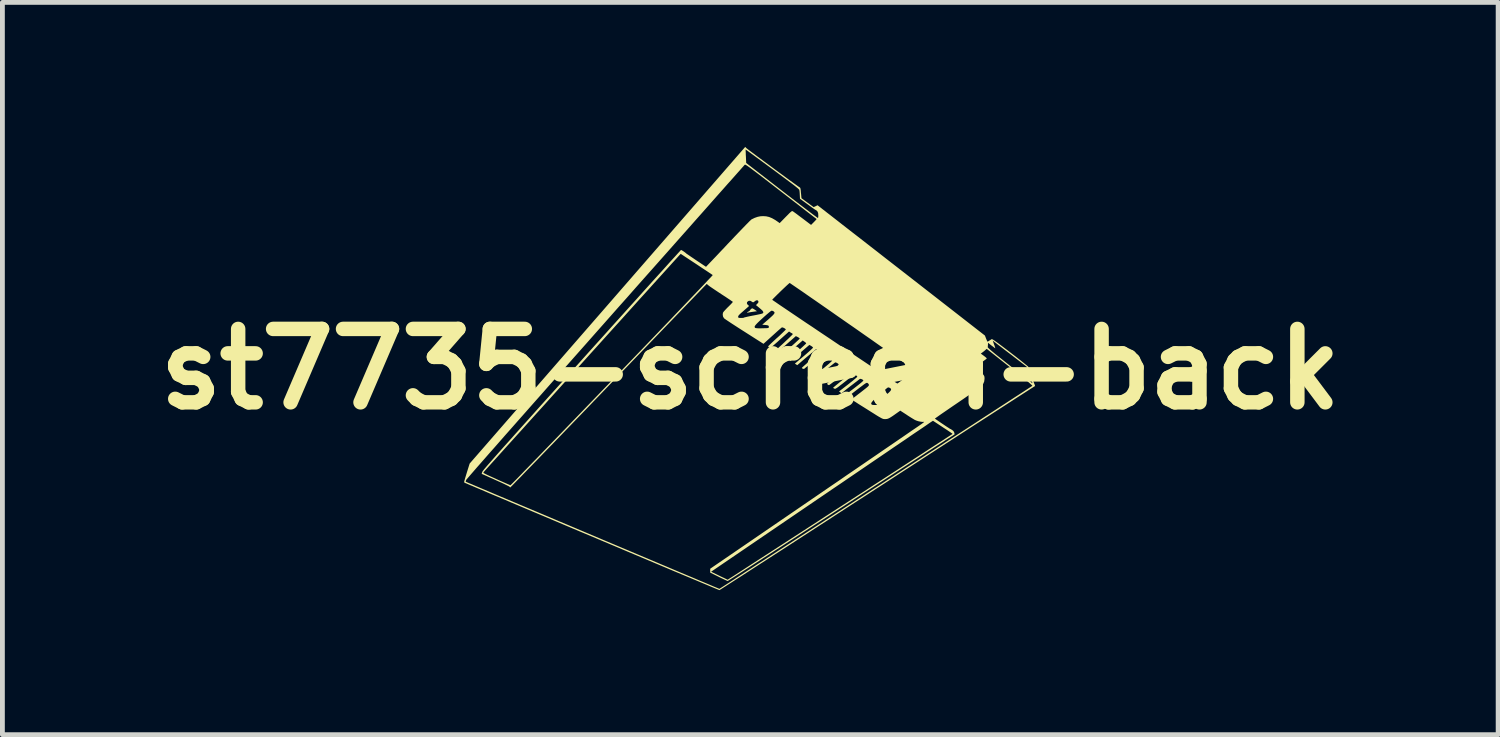
<source format=kicad_pcb>
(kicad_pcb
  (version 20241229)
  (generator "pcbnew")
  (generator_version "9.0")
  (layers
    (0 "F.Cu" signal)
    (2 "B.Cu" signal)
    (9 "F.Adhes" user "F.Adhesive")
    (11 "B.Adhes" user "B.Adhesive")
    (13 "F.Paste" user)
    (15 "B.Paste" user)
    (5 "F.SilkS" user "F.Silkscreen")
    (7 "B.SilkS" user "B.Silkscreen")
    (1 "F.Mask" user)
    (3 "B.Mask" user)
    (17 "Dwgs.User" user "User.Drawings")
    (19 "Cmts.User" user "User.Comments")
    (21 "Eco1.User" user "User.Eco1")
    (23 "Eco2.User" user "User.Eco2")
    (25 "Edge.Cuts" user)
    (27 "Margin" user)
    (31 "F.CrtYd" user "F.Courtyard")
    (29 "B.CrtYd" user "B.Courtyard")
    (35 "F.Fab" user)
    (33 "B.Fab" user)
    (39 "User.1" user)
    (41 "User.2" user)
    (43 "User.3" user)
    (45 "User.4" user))
  (footprint "st7735-screen-back"
    (layer "F.Cu")
    (at 12.526 4.613)
    (property "Reference" "st7735-screen-back" (at 0 0 0) (layer "F.SilkS") (effects (font (size 1.524 1.524) (thickness 0.3))))
    (attr board_only exclude_from_pos_files exclude_from_bom)
    (fp_poly (pts (xy 0.059 -1.255) (xy 0.083 -1.24) (xy 0.091 -1.235) (xy 0.139 -1.202) (xy 0.067 -1.192) (xy 0.028 -1.186) (xy -0.009 -1.18) (xy -0.037 -1.175) (xy -0.039 -1.175) (xy -0.061 -1.173) (xy -0.069 -1.175) (xy -0.069 -1.177) (xy -0.057 -1.186) (xy -0.037 -1.196) (xy -0.036 -1.196) (xy -0.016 -1.209) (xy -0.005 -1.222) (xy -0.005 -1.222) (xy 0.006 -1.238) (xy 0.021 -1.252) (xy 0.034 -1.26) (xy 0.045 -1.261)) (stroke (width 0) (type solid)) (fill yes) (layer "F.SilkS"))
    (fp_poly (pts (xy -0.086 -4.593) (xy -0.076 -4.584) (xy -0.053 -4.566) (xy -0.018 -4.539) (xy 0.028 -4.505) (xy 0.082 -4.465) (xy 0.144 -4.418) (xy 0.212 -4.368) (xy 0.285 -4.314) (xy 0.361 -4.258) (xy 0.439 -4.2) (xy 0.517 -4.142) (xy 0.595 -4.085) (xy 0.67 -4.03) (xy 0.742 -3.977) (xy 0.808 -3.928) (xy 0.868 -3.885) (xy 0.921 -3.847) (xy 0.964 -3.816) (xy 0.996 -3.793) (xy 1.016 -3.779) (xy 1.023 -3.775) (xy 1.034 -3.767) (xy 1.041 -3.752) (xy 1.046 -3.725) (xy 1.048 -3.707) (xy 1.051 -3.666) (xy 1.056 -3.623) (xy 1.058 -3.598) (xy 1.063 -3.548) (xy 1.19 -3.455) (xy 1.316 -3.363) (xy 1.356 -3.382) (xy 1.396 -3.402) (xy 1.461 -3.352) (xy 1.474 -3.342) (xy 1.5 -3.321) (xy 1.54 -3.291) (xy 1.591 -3.25) (xy 1.655 -3.201) (xy 1.729 -3.143) (xy 1.813 -3.078) (xy 1.907 -3.004) (xy 2.01 -2.924) (xy 2.122 -2.837) (xy 2.241 -2.745) (xy 2.367 -2.647) (xy 2.5 -2.543) (xy 2.638 -2.436) (xy 2.781 -2.324) (xy 2.929 -2.209) (xy 3.081 -2.091) (xy 3.198 -2) (xy 4.871 -0.697) (xy 4.894 -0.637) (xy 4.906 -0.607) (xy 4.917 -0.583) (xy 4.923 -0.572) (xy 4.923 -0.571) (xy 4.933 -0.573) (xy 4.952 -0.584) (xy 4.975 -0.599) (xy 4.998 -0.614) (xy 5.015 -0.623) (xy 5.021 -0.623) (xy 5.028 -0.615) (xy 5.032 -0.615) (xy 5.043 -0.61) (xy 5.065 -0.595) (xy 5.098 -0.572) (xy 5.141 -0.541) (xy 5.191 -0.504) (xy 5.246 -0.462) (xy 5.306 -0.417) (xy 5.369 -0.369) (xy 5.432 -0.32) (xy 5.495 -0.272) (xy 5.555 -0.225) (xy 5.611 -0.181) (xy 5.662 -0.14) (xy 5.705 -0.105) (xy 5.74 -0.077) (xy 5.764 -0.056) (xy 5.775 -0.045) (xy 5.776 -0.043) (xy 5.779 -0.03) (xy 5.787 -0.003) (xy 5.799 0.034) (xy 5.814 0.078) (xy 5.831 0.126) (xy 5.848 0.175) (xy 5.865 0.222) (xy 5.88 0.262) (xy 5.892 0.294) (xy 5.9 0.314) (xy 5.902 0.317) (xy 5.911 0.341) (xy 5.905 0.357) (xy 5.896 0.362) (xy 5.887 0.367) (xy 5.864 0.382) (xy 5.827 0.405) (xy 5.776 0.438) (xy 5.712 0.479) (xy 5.635 0.529) (xy 5.546 0.586) (xy 5.446 0.651) (xy 5.334 0.723) (xy 5.212 0.802) (xy 5.079 0.888) (xy 4.937 0.98) (xy 4.785 1.078) (xy 4.625 1.181) (xy 4.457 1.29) (xy 4.281 1.404) (xy 4.097 1.523) (xy 3.907 1.646) (xy 3.71 1.774) (xy 3.508 1.905) (xy 3.301 2.039) (xy 3.088 2.177) (xy 2.871 2.318) (xy 2.651 2.461) (xy 2.625 2.477) (xy 2.404 2.621) (xy 2.187 2.761) (xy 1.974 2.899) (xy 1.766 3.034) (xy 1.564 3.166) (xy 1.367 3.293) (xy 1.176 3.417) (xy 0.992 3.536) (xy 0.815 3.651) (xy 0.646 3.76) (xy 0.485 3.864) (xy 0.332 3.963) (xy 0.189 4.055) (xy 0.056 4.141) (xy -0.068 4.221) (xy -0.18 4.294) (xy -0.282 4.359) (xy -0.372 4.417) (xy -0.45 4.467) (xy -0.515 4.509) (xy -0.567 4.542) (xy -0.606 4.567) (xy -0.63 4.582) (xy -0.64 4.588) (xy -0.641 4.588) (xy -0.65 4.585) (xy -0.675 4.574) (xy -0.715 4.558) (xy -0.77 4.535) (xy -0.84 4.506) (xy -0.922 4.471) (xy -1.018 4.431) (xy -1.125 4.386) (xy -1.244 4.336) (xy -1.374 4.282) (xy -1.515 4.223) (xy -1.665 4.16) (xy -1.824 4.093) (xy -1.992 4.022) (xy -2.167 3.948) (xy -2.35 3.871) (xy -2.539 3.792) (xy -2.734 3.709) (xy -2.934 3.625) (xy -3.14 3.538) (xy -3.284 3.477) (xy -3.492 3.39) (xy -3.696 3.304) (xy -3.895 3.22) (xy -4.088 3.138) (xy -4.275 3.059) (xy -4.456 2.983) (xy -4.629 2.91) (xy -4.794 2.84) (xy -4.951 2.774) (xy -5.098 2.711) (xy -5.236 2.653) (xy -5.363 2.6) (xy -5.478 2.551) (xy -5.582 2.506) (xy -5.674 2.468) (xy -5.753 2.434) (xy -5.818 2.407) (xy -5.869 2.385) (xy -5.904 2.37) (xy -5.925 2.361) (xy -5.929 2.359) (xy -5.935 2.355) (xy -5.938 2.351) (xy -5.94 2.344) (xy -5.939 2.336) (xy -5.908 2.336) (xy -5.907 2.338) (xy -5.898 2.342) (xy -5.874 2.352) (xy -5.835 2.369) (xy -5.781 2.391) (xy -5.714 2.42) (xy -5.634 2.454) (xy -5.542 2.493) (xy -5.439 2.536) (xy -5.325 2.585) (xy -5.202 2.637) (xy -5.069 2.693) (xy -4.929 2.752) (xy -4.781 2.815) (xy -4.626 2.88) (xy -4.465 2.948) (xy -4.299 3.018) (xy -4.129 3.09) (xy -3.955 3.164) (xy -3.778 3.238) (xy -3.599 3.314) (xy -3.419 3.39) (xy -3.238 3.466) (xy -3.057 3.543) (xy -2.877 3.619) (xy -2.699 3.694) (xy -2.523 3.768) (xy -2.351 3.841) (xy -2.182 3.912) (xy -2.018 3.981) (xy -1.86 4.048) (xy -1.708 4.112) (xy -1.562 4.174) (xy -1.425 4.232) (xy -1.296 4.286) (xy -1.176 4.336) (xy -1.067 4.383) (xy -0.968 4.424) (xy -0.88 4.461) (xy -0.805 4.493) (xy -0.744 4.519) (xy -0.695 4.539) (xy -0.662 4.553) (xy -0.644 4.56) (xy -0.641 4.561) (xy -0.633 4.557) (xy -0.611 4.542) (xy -0.575 4.519) (xy -0.525 4.487) (xy -0.461 4.446) (xy -0.386 4.397) (xy -0.298 4.34) (xy -0.198 4.275) (xy -0.087 4.203) (xy 0.034 4.125) (xy 0.166 4.039) (xy 0.308 3.948) (xy 0.458 3.85) (xy 0.618 3.747) (xy 0.786 3.638) (xy 0.961 3.524) (xy 1.144 3.406) (xy 1.334 3.283) (xy 1.529 3.156) (xy 1.731 3.025) (xy 1.938 2.891) (xy 2.15 2.753) (xy 2.366 2.613) (xy 2.586 2.47) (xy 2.603 2.46) (xy 2.823 2.317) (xy 3.04 2.176) (xy 3.252 2.038) (xy 3.46 1.904) (xy 3.662 1.772) (xy 3.859 1.645) (xy 4.049 1.521) (xy 4.233 1.402) (xy 4.409 1.288) (xy 4.578 1.178) (xy 4.738 1.074) (xy 4.89 0.975) (xy 5.033 0.883) (xy 5.166 0.796) (xy 5.288 0.717) (xy 5.4 0.644) (xy 5.501 0.578) (xy 5.591 0.52) (xy 5.668 0.47) (xy 5.732 0.428) (xy 5.784 0.394) (xy 5.822 0.369) (xy 5.845 0.354) (xy 5.855 0.348) (xy 5.855 0.348) (xy 5.854 0.343) (xy 5.845 0.332) (xy 5.827 0.316) (xy 5.801 0.293) (xy 5.765 0.262) (xy 5.719 0.224) (xy 5.661 0.177) (xy 5.591 0.121) (xy 5.509 0.055) (xy 5.413 -0.021) (xy 5.387 -0.042) (xy 4.908 -0.421) (xy 4.881 -0.397) (xy 4.856 -0.375) (xy 4.827 -0.353) (xy 4.82 -0.347) (xy 4.786 -0.322) (xy 4.849 -0.276) (xy 4.877 -0.254) (xy 4.898 -0.236) (xy 4.909 -0.223) (xy 4.909 -0.221) (xy 4.902 -0.213) (xy 4.881 -0.197) (xy 4.851 -0.175) (xy 4.814 -0.148) (xy 4.784 -0.126) (xy 4.743 -0.098) (xy 4.708 -0.072) (xy 4.681 -0.053) (xy 4.665 -0.04) (xy 4.661 -0.036) (xy 4.668 -0.029) (xy 4.686 -0.014) (xy 4.713 0.006) (xy 4.735 0.022) (xy 4.77 0.05) (xy 4.802 0.078) (xy 4.827 0.102) (xy 4.835 0.111) (xy 4.851 0.133) (xy 4.86 0.154) (xy 4.863 0.181) (xy 4.863 0.201) (xy 4.856 0.258) (xy 4.835 0.307) (xy 4.798 0.352) (xy 4.784 0.366) (xy 4.769 0.377) (xy 4.741 0.397) (xy 4.701 0.426) (xy 4.651 0.461) (xy 4.591 0.503) (xy 4.523 0.55) (xy 4.45 0.601) (xy 4.371 0.655) (xy 4.289 0.711) (xy 4.208 0.766) (xy 4.132 0.818) (xy 4.061 0.867) (xy 3.998 0.91) (xy 3.943 0.948) (xy 3.898 0.98) (xy 3.864 1.004) (xy 3.842 1.02) (xy 3.833 1.026) (xy 3.833 1.027) (xy 3.84 1.033) (xy 3.86 1.047) (xy 3.889 1.067) (xy 3.925 1.092) (xy 3.966 1.12) (xy 4.008 1.148) (xy 4.049 1.176) (xy 4.087 1.201) (xy 4.119 1.221) (xy 4.141 1.236) (xy 4.152 1.242) (xy 4.153 1.242) (xy 4.162 1.246) (xy 4.181 1.258) (xy 4.192 1.265) (xy 4.219 1.288) (xy 4.234 1.317) (xy 4.236 1.323) (xy 4.24 1.345) (xy 4.239 1.358) (xy 4.237 1.359) (xy 4.229 1.363) (xy 4.207 1.378) (xy 4.17 1.401) (xy 4.12 1.433) (xy 4.057 1.473) (xy 3.983 1.522) (xy 3.896 1.577) (xy 3.798 1.64) (xy 3.69 1.71) (xy 3.572 1.787) (xy 3.445 1.869) (xy 3.309 1.957) (xy 3.165 2.05) (xy 3.013 2.149) (xy 2.854 2.252) (xy 2.689 2.359) (xy 2.517 2.47) (xy 2.341 2.584) (xy 2.159 2.702) (xy 1.974 2.822) (xy 1.886 2.879) (xy 1.699 3.001) (xy 1.515 3.12) (xy 1.336 3.235) (xy 1.162 3.348) (xy 0.994 3.457) (xy 0.832 3.562) (xy 0.676 3.663) (xy 0.528 3.758) (xy 0.388 3.849) (xy 0.256 3.934) (xy 0.134 4.013) (xy 0.021 4.086) (xy -0.082 4.152) (xy -0.174 4.211) (xy -0.255 4.263) (xy -0.324 4.307) (xy -0.38 4.343) (xy -0.423 4.37) (xy -0.452 4.389) (xy -0.468 4.398) (xy -0.47 4.399) (xy -0.481 4.395) (xy -0.506 4.384) (xy -0.541 4.367) (xy -0.586 4.346) (xy -0.636 4.322) (xy -0.657 4.311) (xy -0.832 4.224) (xy -0.832 4.206) (xy -0.813 4.206) (xy -0.643 4.289) (xy -0.592 4.314) (xy -0.547 4.335) (xy -0.51 4.353) (xy -0.484 4.366) (xy -0.471 4.372) (xy -0.47 4.372) (xy -0.462 4.368) (xy -0.44 4.353) (xy -0.404 4.33) (xy -0.354 4.298) (xy -0.292 4.258) (xy -0.218 4.21) (xy -0.131 4.154) (xy -0.034 4.091) (xy 0.074 4.021) (xy 0.191 3.945) (xy 0.318 3.863) (xy 0.454 3.775) (xy 0.598 3.682) (xy 0.749 3.584) (xy 0.908 3.481) (xy 1.073 3.374) (xy 1.244 3.263) (xy 1.42 3.149) (xy 1.601 3.031) (xy 1.786 2.911) (xy 1.865 2.86) (xy 2.052 2.739) (xy 2.235 2.62) (xy 2.413 2.505) (xy 2.586 2.392) (xy 2.754 2.284) (xy 2.915 2.179) (xy 3.07 2.079) (xy 3.217 1.983) (xy 3.356 1.893) (xy 3.487 1.808) (xy 3.609 1.729) (xy 3.72 1.656) (xy 3.822 1.59) (xy 3.913 1.531) (xy 3.993 1.48) (xy 4.06 1.436) (xy 4.115 1.4) (xy 4.157 1.373) (xy 4.185 1.355) (xy 4.199 1.345) (xy 4.2 1.345) (xy 4.194 1.339) (xy 4.175 1.325) (xy 4.144 1.304) (xy 4.104 1.277) (xy 4.056 1.245) (xy 4.002 1.21) (xy 3.998 1.207) (xy 3.793 1.072) (xy 3.769 1.087) (xy 3.76 1.093) (xy 3.736 1.109) (xy 3.699 1.134) (xy 3.649 1.169) (xy 3.586 1.212) (xy 3.511 1.263) (xy 3.424 1.321) (xy 3.327 1.387) (xy 3.22 1.461) (xy 3.103 1.54) (xy 2.976 1.626) (xy 2.842 1.718) (xy 2.699 1.815) (xy 2.549 1.917) (xy 2.392 2.024) (xy 2.229 2.135) (xy 2.06 2.25) (xy 1.886 2.369) (xy 1.707 2.49) (xy 1.525 2.614) (xy 1.466 2.654) (xy -0.813 4.206) (xy -0.832 4.206) (xy -0.832 4.144) (xy 1.314 2.675) (xy 1.492 2.553) (xy 1.667 2.433) (xy 1.839 2.316) (xy 2.005 2.201) (xy 2.167 2.091) (xy 2.323 1.984) (xy 2.472 1.882) (xy 2.614 1.785) (xy 2.749 1.692) (xy 2.875 1.606) (xy 2.992 1.526) (xy 3.1 1.452) (xy 3.198 1.385) (xy 3.285 1.325) (xy 3.36 1.273) (xy 3.424 1.23) (xy 3.475 1.195) (xy 3.513 1.169) (xy 3.537 1.152) (xy 3.545 1.147) (xy 3.579 1.122) (xy 3.601 1.105) (xy 3.61 1.095) (xy 3.606 1.094) (xy 3.576 1.096) (xy 3.535 1.091) (xy 3.49 1.082) (xy 3.447 1.068) (xy 3.415 1.054) (xy 3.392 1.04) (xy 3.357 1.019) (xy 3.315 0.993) (xy 3.27 0.964) (xy 3.242 0.945) (xy 3.114 0.862) (xy 3.012 0.934) (xy 2.961 0.97) (xy 2.921 0.996) (xy 2.889 1.015) (xy 2.863 1.027) (xy 2.841 1.034) (xy 2.818 1.037) (xy 2.797 1.038) (xy 2.783 1.037) (xy 2.77 1.036) (xy 2.757 1.033) (xy 2.741 1.027) (xy 2.72 1.017) (xy 2.694 1.002) (xy 2.659 0.982) (xy 2.615 0.955) (xy 2.56 0.92) (xy 2.491 0.877) (xy 2.482 0.871) (xy 2.417 0.83) (xy 2.355 0.791) (xy 2.297 0.755) (xy 2.246 0.723) (xy 2.231 0.713) (xy 2.51 0.713) (xy 2.512 0.724) (xy 2.52 0.734) (xy 2.521 0.736) (xy 2.532 0.741) (xy 2.555 0.744) (xy 2.592 0.745) (xy 2.645 0.745) (xy 2.668 0.745) (xy 2.719 0.744) (xy 2.756 0.743) (xy 2.78 0.741) (xy 2.794 0.738) (xy 2.802 0.733) (xy 2.805 0.727) (xy 2.806 0.721) (xy 2.805 0.702) (xy 2.796 0.69) (xy 2.775 0.682) (xy 2.739 0.677) (xy 2.729 0.676) (xy 2.668 0.67) (xy 2.796 0.559) (xy 2.846 0.516) (xy 2.882 0.482) (xy 2.907 0.456) (xy 2.92 0.436) (xy 2.924 0.42) (xy 2.919 0.407) (xy 2.907 0.396) (xy 2.901 0.392) (xy 2.879 0.382) (xy 2.861 0.38) (xy 2.849 0.386) (xy 2.827 0.403) (xy 2.795 0.43) (xy 2.756 0.463) (xy 2.713 0.502) (xy 2.677 0.534) (xy 2.622 0.585) (xy 2.579 0.625) (xy 2.548 0.656) (xy 2.527 0.68) (xy 2.515 0.698) (xy 2.51 0.713) (xy 2.231 0.713) (xy 2.205 0.696) (xy 2.175 0.677) (xy 2.162 0.669) (xy 2.134 0.652) (xy 2.114 0.638) (xy 2.106 0.63) (xy 2.105 0.63) (xy 2.112 0.623) (xy 2.132 0.607) (xy 2.161 0.583) (xy 2.2 0.553) (xy 2.245 0.518) (xy 2.286 0.487) (xy 2.342 0.443) (xy 2.385 0.409) (xy 2.418 0.383) (xy 2.44 0.364) (xy 2.454 0.349) (xy 2.461 0.338) (xy 2.464 0.33) (xy 2.464 0.327) (xy 2.454 0.306) (xy 2.437 0.29) (xy 2.43 0.286) (xy 2.422 0.285) (xy 2.413 0.286) (xy 2.4 0.292) (xy 2.382 0.303) (xy 2.356 0.321) (xy 2.322 0.347) (xy 2.276 0.381) (xy 2.221 0.423) (xy 2.17 0.462) (xy 2.124 0.498) (xy 2.084 0.529) (xy 2.053 0.553) (xy 2.033 0.569) (xy 2.024 0.576) (xy 2.024 0.577) (xy 2.015 0.576) (xy 1.997 0.567) (xy 1.991 0.563) (xy 1.963 0.543) (xy 2.156 0.397) (xy 2.207 0.357) (xy 2.253 0.321) (xy 2.292 0.29) (xy 2.322 0.264) (xy 2.341 0.246) (xy 2.348 0.238) (xy 2.348 0.238) (xy 2.341 0.225) (xy 2.322 0.213) (xy 2.3 0.204) (xy 2.28 0.202) (xy 2.274 0.204) (xy 2.264 0.212) (xy 2.242 0.229) (xy 2.21 0.254) (xy 2.17 0.284) (xy 2.125 0.319) (xy 2.101 0.337) (xy 2.053 0.374) (xy 2.008 0.409) (xy 1.97 0.439) (xy 1.94 0.463) (xy 1.921 0.479) (xy 1.916 0.482) (xy 1.894 0.503) (xy 1.843 0.463) (xy 2.033 0.316) (xy 2.083 0.276) (xy 2.129 0.24) (xy 2.167 0.208) (xy 2.197 0.183) (xy 2.216 0.165) (xy 2.222 0.157) (xy 2.215 0.146) (xy 2.198 0.131) (xy 2.191 0.127) (xy 2.16 0.109) (xy 1.965 0.262) (xy 1.908 0.307) (xy 1.862 0.342) (xy 1.828 0.369) (xy 1.802 0.387) (xy 1.783 0.399) (xy 1.769 0.406) (xy 1.759 0.408) (xy 1.751 0.407) (xy 1.744 0.404) (xy 1.727 0.395) (xy 1.72 0.387) (xy 1.72 0.386) (xy 1.728 0.379) (xy 1.748 0.362) (xy 1.778 0.337) (xy 1.816 0.306) (xy 1.861 0.269) (xy 1.905 0.234) (xy 1.954 0.194) (xy 1.998 0.158) (xy 2.036 0.126) (xy 2.064 0.101) (xy 2.082 0.083) (xy 2.087 0.076) (xy 2.081 0.063) (xy 2.064 0.048) (xy 2.06 0.045) (xy 2.053 0.039) (xy 2.046 0.034) (xy 2.039 0.032) (xy 2.031 0.033) (xy 2.019 0.038) (xy 2.002 0.049) (xy 1.978 0.067) (xy 1.946 0.091) (xy 1.904 0.125) (xy 1.85 0.168) (xy 1.813 0.197) (xy 1.765 0.235) (xy 1.722 0.269) (xy 1.685 0.297) (xy 1.656 0.318) (xy 1.638 0.33) (xy 1.633 0.333) (xy 1.62 0.328) (xy 1.604 0.317) (xy 1.598 0.312) (xy 1.595 0.307) (xy 1.597 0.3) (xy 1.605 0.291) (xy 1.619 0.277) (xy 1.643 0.258) (xy 1.676 0.231) (xy 1.721 0.197) (xy 1.777 0.154) (xy 1.828 0.115) (xy 1.874 0.079) (xy 1.913 0.047) (xy 1.944 0.022) (xy 1.963 0.004) (xy 1.97 -0.004) (xy 1.97 -0.004) (xy 1.964 -0.016) (xy 1.946 -0.031) (xy 1.935 -0.039) (xy 1.901 -0.062) (xy 1.703 0.098) (xy 1.645 0.145) (xy 1.6 0.181) (xy 1.565 0.208) (xy 1.539 0.228) (xy 1.521 0.24) (xy 1.508 0.247) (xy 1.499 0.248) (xy 1.492 0.247) (xy 1.486 0.243) (xy 1.486 0.242) (xy 1.472 0.229) (xy 1.467 0.222) (xy 1.473 0.216) (xy 1.492 0.199) (xy 1.521 0.174) (xy 1.559 0.143) (xy 1.603 0.106) (xy 1.651 0.067) (xy 1.7 0.027) (xy 1.745 -0.011) (xy 1.782 -0.043) (xy 1.811 -0.069) (xy 1.829 -0.087) (xy 1.835 -0.095) (xy 1.828 -0.108) (xy 1.81 -0.122) (xy 1.788 -0.134) (xy 1.769 -0.14) (xy 1.761 -0.138) (xy 1.752 -0.131) (xy 1.73 -0.114) (xy 1.698 -0.089) (xy 1.658 -0.057) (xy 1.612 -0.019) (xy 1.563 0.02) (xy 1.507 0.066) (xy 1.463 0.101) (xy 1.43 0.127) (xy 1.406 0.145) (xy 1.388 0.157) (xy 1.376 0.163) (xy 1.367 0.164) (xy 1.36 0.162) (xy 1.354 0.158) (xy 1.338 0.147) (xy 1.332 0.14) (xy 1.338 0.133) (xy 1.357 0.117) (xy 1.386 0.092) (xy 1.424 0.061) (xy 1.469 0.025) (xy 1.516 -0.014) (xy 1.565 -0.055) (xy 1.61 -0.092) (xy 1.647 -0.124) (xy 1.676 -0.15) (xy 1.694 -0.168) (xy 1.701 -0.176) (xy 1.694 -0.188) (xy 1.677 -0.205) (xy 1.669 -0.212) (xy 1.648 -0.227) (xy 1.635 -0.231) (xy 1.624 -0.225) (xy 1.622 -0.223) (xy 1.611 -0.214) (xy 1.588 -0.195) (xy 1.555 -0.168) (xy 1.515 -0.135) (xy 1.468 -0.097) (xy 1.425 -0.061) (xy 1.244 0.088) (xy 1.219 0.072) (xy 1.195 0.056) (xy 1.385 -0.099) (xy 1.435 -0.141) (xy 1.48 -0.178) (xy 1.518 -0.212) (xy 1.548 -0.238) (xy 1.567 -0.257) (xy 1.575 -0.265) (xy 1.575 -0.266) (xy 1.568 -0.277) (xy 1.55 -0.292) (xy 1.538 -0.3) (xy 1.502 -0.324) (xy 1.316 -0.168) (xy 1.266 -0.127) (xy 1.22 -0.089) (xy 1.181 -0.056) (xy 1.149 -0.031) (xy 1.128 -0.013) (xy 1.118 -0.006) (xy 1.118 -0.006) (xy 1.103 -0.005) (xy 1.085 -0.011) (xy 1.072 -0.021) (xy 1.071 -0.026) (xy 1.077 -0.033) (xy 1.096 -0.051) (xy 1.125 -0.077) (xy 1.162 -0.109) (xy 1.206 -0.147) (xy 1.255 -0.189) (xy 1.255 -0.189) (xy 1.304 -0.231) (xy 1.348 -0.269) (xy 1.385 -0.302) (xy 1.414 -0.329) (xy 1.433 -0.347) (xy 1.44 -0.356) (xy 1.432 -0.367) (xy 1.414 -0.381) (xy 1.402 -0.389) (xy 1.364 -0.412) (xy 1.224 -0.294) (xy 1.177 -0.255) (xy 1.131 -0.216) (xy 1.089 -0.18) (xy 1.054 -0.15) (xy 1.03 -0.129) (xy 1.03 -0.129) (xy 0.975 -0.082) (xy 0.951 -0.098) (xy 0.926 -0.114) (xy 1.116 -0.275) (xy 1.165 -0.317) (xy 1.209 -0.356) (xy 1.247 -0.39) (xy 1.277 -0.418) (xy 1.296 -0.437) (xy 1.303 -0.447) (xy 1.303 -0.447) (xy 1.294 -0.459) (xy 1.275 -0.474) (xy 1.264 -0.481) (xy 1.227 -0.503) (xy 1.034 -0.337) (xy 0.984 -0.294) (xy 0.939 -0.256) (xy 0.899 -0.223) (xy 0.868 -0.197) (xy 0.846 -0.179) (xy 0.836 -0.172) (xy 0.836 -0.171) (xy 0.825 -0.176) (xy 0.81 -0.187) (xy 0.789 -0.204) (xy 0.975 -0.364) (xy 1.024 -0.407) (xy 1.068 -0.446) (xy 1.105 -0.48) (xy 1.134 -0.507) (xy 1.154 -0.526) (xy 1.161 -0.535) (xy 1.161 -0.535) (xy 1.154 -0.546) (xy 1.136 -0.562) (xy 1.124 -0.57) (xy 1.088 -0.595) (xy 0.892 -0.425) (xy 0.696 -0.255) (xy 0.671 -0.275) (xy 0.646 -0.295) (xy 0.836 -0.459) (xy 0.885 -0.502) (xy 0.93 -0.542) (xy 0.968 -0.577) (xy 0.998 -0.605) (xy 1.018 -0.624) (xy 1.026 -0.634) (xy 1.026 -0.635) (xy 1.018 -0.645) (xy 0.999 -0.658) (xy 0.986 -0.666) (xy 0.946 -0.685) (xy 0.755 -0.518) (xy 0.705 -0.475) (xy 0.66 -0.436) (xy 0.62 -0.402) (xy 0.588 -0.376) (xy 0.566 -0.359) (xy 0.555 -0.351) (xy 0.554 -0.351) (xy 0.54 -0.356) (xy 0.526 -0.365) (xy 0.514 -0.376) (xy 0.516 -0.384) (xy 0.528 -0.394) (xy 0.551 -0.414) (xy 0.583 -0.441) (xy 0.62 -0.475) (xy 0.661 -0.512) (xy 0.704 -0.552) (xy 0.746 -0.592) (xy 0.787 -0.63) (xy 0.822 -0.664) (xy 0.851 -0.692) (xy 0.872 -0.713) (xy 0.881 -0.725) (xy 0.882 -0.726) (xy 0.874 -0.739) (xy 0.866 -0.744) (xy 0.847 -0.753) (xy 0.828 -0.765) (xy 0.805 -0.781) (xy 0.613 -0.61) (xy 0.558 -0.56) (xy 0.514 -0.522) (xy 0.48 -0.492) (xy 0.454 -0.471) (xy 0.436 -0.458) (xy 0.423 -0.45) (xy 0.413 -0.447) (xy 0.405 -0.447) (xy 0.397 -0.45) (xy 0.395 -0.45) (xy 0.377 -0.461) (xy 0.371 -0.472) (xy 0.371 -0.472) (xy 0.378 -0.481) (xy 0.397 -0.5) (xy 0.425 -0.527) (xy 0.462 -0.562) (xy 0.505 -0.602) (xy 0.553 -0.646) (xy 0.556 -0.648) (xy 0.604 -0.691) (xy 0.647 -0.732) (xy 0.683 -0.767) (xy 0.712 -0.795) (xy 0.731 -0.814) (xy 0.738 -0.824) (xy 0.738 -0.824) (xy 0.73 -0.834) (xy 0.712 -0.847) (xy 0.7 -0.854) (xy 0.675 -0.864) (xy 0.659 -0.866) (xy 0.648 -0.861) (xy 0.638 -0.852) (xy 0.616 -0.833) (xy 0.585 -0.806) (xy 0.546 -0.771) (xy 0.502 -0.731) (xy 0.454 -0.688) (xy 0.274 -0.525) (xy -0.126 -0.78) (xy -0.203 -0.829) (xy -0.276 -0.876) (xy -0.282 -0.88) (xy 0.09 -0.88) (xy 0.092 -0.868) (xy 0.099 -0.858) (xy 0.101 -0.856) (xy 0.112 -0.852) (xy 0.135 -0.849) (xy 0.172 -0.847) (xy 0.224 -0.847) (xy 0.247 -0.848) (xy 0.299 -0.849) (xy 0.336 -0.85) (xy 0.36 -0.852) (xy 0.374 -0.855) (xy 0.381 -0.859) (xy 0.384 -0.866) (xy 0.385 -0.872) (xy 0.385 -0.89) (xy 0.376 -0.903) (xy 0.355 -0.911) (xy 0.319 -0.916) (xy 0.309 -0.917) (xy 0.248 -0.922) (xy 0.376 -1.033) (xy 0.425 -1.077) (xy 0.462 -1.111) (xy 0.486 -1.137) (xy 0.5 -1.157) (xy 0.504 -1.173) (xy 0.499 -1.185) (xy 0.486 -1.197) (xy 0.481 -1.201) (xy 0.459 -1.211) (xy 0.44 -1.213) (xy 0.429 -1.206) (xy 0.406 -1.189) (xy 0.375 -1.163) (xy 0.336 -1.13) (xy 0.292 -1.091) (xy 0.256 -1.058) (xy 0.201 -1.008) (xy 0.159 -0.968) (xy 0.128 -0.936) (xy 0.107 -0.912) (xy 0.095 -0.894) (xy 0.09 -0.88) (xy -0.282 -0.88) (xy -0.344 -0.92) (xy -0.404 -0.959) (xy -0.455 -0.993) (xy -0.497 -1.021) (xy -0.527 -1.042) (xy -0.543 -1.054) (xy -0.546 -1.057) (xy -0.565 -1.09) (xy -0.566 -1.094) (xy -0.252 -1.094) (xy -0.25 -1.075) (xy -0.246 -1.068) (xy -0.233 -1.064) (xy -0.209 -1.062) (xy -0.18 -1.062) (xy -0.153 -1.064) (xy -0.134 -1.067) (xy -0.13 -1.07) (xy -0.119 -1.074) (xy -0.093 -1.08) (xy -0.055 -1.089) (xy -0.008 -1.099) (xy 0.046 -1.11) (xy 0.054 -1.111) (xy 0.121 -1.124) (xy 0.173 -1.135) (xy 0.211 -1.143) (xy 0.237 -1.15) (xy 0.254 -1.156) (xy 0.264 -1.163) (xy 0.269 -1.17) (xy 0.27 -1.179) (xy 0.27 -1.182) (xy 0.265 -1.196) (xy 0.251 -1.216) (xy 0.224 -1.241) (xy 0.201 -1.261) (xy 0.171 -1.286) (xy 0.145 -1.307) (xy 0.128 -1.32) (xy 0.123 -1.324) (xy 0.123 -1.333) (xy 0.136 -1.348) (xy 0.143 -1.355) (xy 0.163 -1.376) (xy 0.17 -1.396) (xy 0.169 -1.403) (xy 0.16 -1.422) (xy 0.142 -1.43) (xy 0.118 -1.425) (xy 0.094 -1.409) (xy 0.072 -1.391) (xy 0.055 -1.387) (xy 0.036 -1.397) (xy 0.027 -1.404) (xy -0.001 -1.419) (xy -0.029 -1.418) (xy -0.05 -1.407) (xy -0.068 -1.387) (xy -0.07 -1.363) (xy -0.056 -1.339) (xy -0.049 -1.333) (xy -0.034 -1.32) (xy -0.027 -1.311) (xy -0.027 -1.311) (xy -0.033 -1.303) (xy -0.051 -1.287) (xy -0.079 -1.262) (xy -0.113 -1.233) (xy -0.139 -1.21) (xy -0.185 -1.17) (xy -0.218 -1.14) (xy -0.239 -1.117) (xy -0.25 -1.101) (xy -0.252 -1.094) (xy -0.566 -1.094) (xy -0.572 -1.129) (xy -0.568 -1.166) (xy -0.563 -1.177) (xy -0.552 -1.193) (xy -0.53 -1.218) (xy -0.501 -1.249) (xy -0.467 -1.284) (xy -0.454 -1.296) (xy -0.421 -1.329) (xy -0.393 -1.358) (xy -0.373 -1.38) (xy -0.363 -1.394) (xy -0.362 -1.396) (xy -0.37 -1.403) (xy -0.391 -1.417) (xy -0.422 -1.439) (xy 0.456 -1.439) (xy 0.466 -1.431) (xy 0.491 -1.414) (xy 0.528 -1.389) (xy 0.577 -1.355) (xy 0.637 -1.314) (xy 0.707 -1.267) (xy 0.787 -1.213) (xy 0.874 -1.154) (xy 0.969 -1.09) (xy 1.071 -1.021) (xy 1.178 -0.949) (xy 1.29 -0.875) (xy 1.405 -0.797) (xy 1.523 -0.718) (xy 1.643 -0.638) (xy 1.763 -0.557) (xy 1.884 -0.476) (xy 2.004 -0.396) (xy 2.121 -0.318) (xy 2.236 -0.241) (xy 2.347 -0.167) (xy 2.453 -0.096) (xy 2.554 -0.029) (xy 2.648 0.033) (xy 2.735 0.091) (xy 2.813 0.143) (xy 2.882 0.188) (xy 2.941 0.227) (xy 2.988 0.258) (xy 3.023 0.281) (xy 3.046 0.295) (xy 3.054 0.299) (xy 3.054 0.299) (xy 3.064 0.293) (xy 3.086 0.277) (xy 3.118 0.253) (xy 3.158 0.223) (xy 3.205 0.189) (xy 3.239 0.164) (xy 3.288 0.127) (xy 3.331 0.094) (xy 3.368 0.066) (xy 3.395 0.043) (xy 3.411 0.029) (xy 3.415 0.025) (xy 3.407 0.019) (xy 3.386 0.003) (xy 3.352 -0.021) (xy 3.306 -0.054) (xy 3.249 -0.095) (xy 3.181 -0.143) (xy 3.104 -0.197) (xy 3.019 -0.257) (xy 2.927 -0.322) (xy 2.827 -0.392) (xy 2.735 -0.456) (xy 4.929 -0.456) (xy 4.932 -0.45) (xy 4.943 -0.438) (xy 4.962 -0.42) (xy 4.991 -0.394) (xy 5.029 -0.362) (xy 5.078 -0.321) (xy 5.139 -0.272) (xy 5.212 -0.214) (xy 5.297 -0.146) (xy 5.39 -0.072) (xy 5.469 -0.01) (xy 5.544 0.05) (xy 5.614 0.105) (xy 5.678 0.155) (xy 5.733 0.198) (xy 5.78 0.234) (xy 5.817 0.262) (xy 5.842 0.282) (xy 5.855 0.291) (xy 5.856 0.292) (xy 5.855 0.283) (xy 5.848 0.259) (xy 5.836 0.224) (xy 5.821 0.18) (xy 5.803 0.129) (xy 5.8 0.119) (xy 5.739 -0.05) (xy 5.486 -0.244) (xy 5.422 -0.294) (xy 5.357 -0.343) (xy 5.295 -0.39) (xy 5.238 -0.434) (xy 5.189 -0.472) (xy 5.15 -0.501) (xy 5.132 -0.515) (xy 5.033 -0.592) (xy 5.061 -0.512) (xy 5.074 -0.477) (xy 5.082 -0.45) (xy 5.086 -0.435) (xy 5.086 -0.432) (xy 5.078 -0.437) (xy 5.059 -0.451) (xy 5.032 -0.472) (xy 5.009 -0.489) (xy 4.935 -0.547) (xy 4.934 -0.51) (xy 4.932 -0.482) (xy 4.93 -0.459) (xy 4.929 -0.456) (xy 2.735 -0.456) (xy 2.722 -0.465) (xy 2.612 -0.542) (xy 2.499 -0.622) (xy 2.382 -0.703) (xy 2.264 -0.786) (xy 2.144 -0.87) (xy 2.024 -0.953) (xy 1.905 -1.036) (xy 1.787 -1.118) (xy 1.672 -1.199) (xy 1.561 -1.276) (xy 1.453 -1.351) (xy 1.351 -1.422) (xy 1.255 -1.488) (xy 1.166 -1.55) (xy 1.086 -1.606) (xy 1.014 -1.655) (xy 0.951 -1.698) (xy 0.9 -1.733) (xy 0.86 -1.76) (xy 0.833 -1.779) (xy 0.819 -1.787) (xy 0.817 -1.788) (xy 0.807 -1.781) (xy 0.787 -1.763) (xy 0.758 -1.737) (xy 0.723 -1.704) (xy 0.684 -1.667) (xy 0.642 -1.627) (xy 0.601 -1.587) (xy 0.561 -1.548) (xy 0.525 -1.512) (xy 0.494 -1.481) (xy 0.471 -1.458) (xy 0.458 -1.443) (xy 0.456 -1.439) (xy -0.422 -1.439) (xy -0.424 -1.44) (xy -0.466 -1.468) (xy -0.515 -1.501) (xy -0.571 -1.537) (xy -0.594 -1.552) (xy -0.653 -1.591) (xy -0.71 -1.629) (xy -0.761 -1.663) (xy -0.805 -1.693) (xy -0.839 -1.716) (xy -0.86 -1.732) (xy -0.864 -1.735) (xy -0.904 -1.769) (xy -2.938 0.343) (xy -3.096 0.508) (xy -3.252 0.669) (xy -3.403 0.827) (xy -3.551 0.98) (xy -3.694 1.128) (xy -3.832 1.271) (xy -3.965 1.409) (xy -4.091 1.54) (xy -4.212 1.664) (xy -4.325 1.781) (xy -4.431 1.891) (xy -4.529 1.992) (xy -4.619 2.084) (xy -4.7 2.168) (xy -4.771 2.242) (xy -4.834 2.305) (xy -4.886 2.359) (xy -4.927 2.401) (xy -4.957 2.431) (xy -4.976 2.45) (xy -4.982 2.456) (xy -4.993 2.449) (xy -4.994 2.445) (xy -5.002 2.439) (xy -5.024 2.426) (xy -5.06 2.409) (xy -5.106 2.386) (xy -5.161 2.36) (xy -5.224 2.332) (xy -5.284 2.305) (xy -5.351 2.274) (xy -5.413 2.247) (xy -5.468 2.222) (xy -5.513 2.202) (xy -5.548 2.187) (xy -5.569 2.177) (xy -5.576 2.174) (xy -5.574 2.165) (xy -5.569 2.147) (xy -5.54 2.147) (xy -5.538 2.153) (xy -5.53 2.16) (xy -5.514 2.169) (xy -5.49 2.181) (xy -5.456 2.198) (xy -5.41 2.219) (xy -5.351 2.246) (xy -5.278 2.279) (xy -5.27 2.283) (xy -5.204 2.313) (xy -5.142 2.34) (xy -5.088 2.364) (xy -5.042 2.384) (xy -5.007 2.399) (xy -4.985 2.408) (xy -4.979 2.411) (xy -4.972 2.404) (xy -4.953 2.385) (xy -4.922 2.354) (xy -4.88 2.312) (xy -4.828 2.259) (xy -4.766 2.195) (xy -4.694 2.12) (xy -4.612 2.036) (xy -4.522 1.943) (xy -4.423 1.842) (xy -4.317 1.732) (xy -4.203 1.614) (xy -4.082 1.489) (xy -3.954 1.357) (xy -3.821 1.219) (xy -3.682 1.075) (xy -3.537 0.925) (xy -3.389 0.771) (xy -3.235 0.612) (xy -3.078 0.449) (xy -2.918 0.283) (xy -2.87 0.233) (xy -2.709 0.066) (xy -2.551 -0.098) (xy -2.397 -0.258) (xy -2.247 -0.414) (xy -2.102 -0.565) (xy -1.962 -0.711) (xy -1.828 -0.851) (xy -1.699 -0.985) (xy -1.577 -1.113) (xy -1.462 -1.233) (xy -1.354 -1.346) (xy -1.254 -1.451) (xy -1.162 -1.547) (xy -1.079 -1.634) (xy -1.005 -1.712) (xy -0.941 -1.779) (xy -0.887 -1.837) (xy -0.843 -1.883) (xy -0.81 -1.918) (xy -0.789 -1.941) (xy -0.78 -1.952) (xy -0.78 -1.953) (xy -0.789 -1.959) (xy -0.811 -1.974) (xy -0.845 -1.997) (xy -0.89 -2.027) (xy -0.943 -2.062) (xy -1.004 -2.102) (xy -1.07 -2.146) (xy -1.116 -2.177) (xy -1.444 -2.393) (xy -1.476 -2.36) (xy -1.484 -2.351) (xy -1.503 -2.33) (xy -1.533 -2.297) (xy -1.573 -2.253) (xy -1.624 -2.197) (xy -1.683 -2.131) (xy -1.752 -2.055) (xy -1.829 -1.97) (xy -1.913 -1.877) (xy -2.005 -1.775) (xy -2.103 -1.666) (xy -2.208 -1.55) (xy -2.318 -1.429) (xy -2.433 -1.301) (xy -2.552 -1.169) (xy -2.675 -1.032) (xy -2.802 -0.892) (xy -2.932 -0.748) (xy -3.064 -0.602) (xy -3.198 -0.453) (xy -3.333 -0.304) (xy -3.469 -0.153) (xy -3.604 -0.003) (xy -3.74 0.147) (xy -3.875 0.296) (xy -4.008 0.444) (xy -4.139 0.589) (xy -4.267 0.732) (xy -4.393 0.871) (xy -4.515 1.006) (xy -4.632 1.136) (xy -4.745 1.262) (xy -4.853 1.381) (xy -4.955 1.494) (xy -5.051 1.6) (xy -5.139 1.698) (xy -5.221 1.789) (xy -5.294 1.87) (xy -5.359 1.942) (xy -5.415 2.004) (xy -5.461 2.055) (xy -5.497 2.095) (xy -5.523 2.124) (xy -5.535 2.137) (xy -5.539 2.142) (xy -5.54 2.147) (xy -5.569 2.147) (xy -5.568 2.145) (xy -5.562 2.13) (xy -5.559 2.124) (xy -5.552 2.114) (xy -5.541 2.1) (xy -5.526 2.08) (xy -5.505 2.056) (xy -5.48 2.026) (xy -5.449 1.99) (xy -5.412 1.948) (xy -5.369 1.899) (xy -5.32 1.843) (xy -5.264 1.779) (xy -5.201 1.708) (xy -5.13 1.628) (xy -5.051 1.54) (xy -4.964 1.443) (xy -4.869 1.336) (xy -4.765 1.22) (xy -4.651 1.093) (xy -4.528 0.956) (xy -4.396 0.808) (xy -4.253 0.649) (xy -4.099 0.478) (xy -3.934 0.295) (xy -3.759 0.099) (xy -3.571 -0.109) (xy -3.496 -0.193) (xy -3.34 -0.367) (xy -3.186 -0.538) (xy -3.036 -0.704) (xy -2.891 -0.866) (xy -2.749 -1.023) (xy -2.612 -1.175) (xy -2.481 -1.321) (xy -2.355 -1.46) (xy -2.236 -1.593) (xy -2.123 -1.718) (xy -2.017 -1.836) (xy -1.918 -1.945) (xy -1.827 -2.045) (xy -1.745 -2.136) (xy -1.672 -2.218) (xy -1.607 -2.289) (xy -1.552 -2.349) (xy -1.508 -2.398) (xy -1.474 -2.435) (xy -1.45 -2.461) (xy -1.439 -2.473) (xy -1.437 -2.474) (xy -1.425 -2.469) (xy -1.405 -2.457) (xy -1.38 -2.441) (xy -1.357 -2.424) (xy -1.34 -2.411) (xy -1.336 -2.407) (xy -1.327 -2.399) (xy -1.304 -2.383) (xy -1.27 -2.36) (xy -1.228 -2.331) (xy -1.179 -2.298) (xy -1.125 -2.261) (xy -1.123 -2.26) (xy -0.919 -2.124) (xy -0.857 -2.189) (xy -0.84 -2.207) (xy -0.811 -2.237) (xy -0.773 -2.277) (xy -0.726 -2.326) (xy -0.672 -2.383) (xy -0.612 -2.447) (xy -0.547 -2.515) (xy -0.479 -2.588) (xy -0.408 -2.663) (xy -0.397 -2.674) (xy -0.328 -2.747) (xy -0.261 -2.817) (xy -0.199 -2.882) (xy -0.142 -2.941) (xy -0.092 -2.993) (xy -0.049 -3.036) (xy -0.015 -3.071) (xy 0.01 -3.094) (xy 0.023 -3.106) (xy 0.025 -3.108) (xy 0.091 -3.14) (xy 0.151 -3.161) (xy 0.209 -3.173) (xy 0.267 -3.176) (xy 0.331 -3.172) (xy 0.392 -3.158) (xy 0.454 -3.132) (xy 0.519 -3.095) (xy 0.577 -3.055) (xy 0.61 -3.031) (xy 0.736 -3.16) (xy 0.779 -3.203) (xy 0.811 -3.236) (xy 0.835 -3.258) (xy 0.852 -3.272) (xy 0.863 -3.279) (xy 0.872 -3.281) (xy 0.88 -3.278) (xy 0.886 -3.275) (xy 0.899 -3.266) (xy 0.924 -3.248) (xy 0.96 -3.222) (xy 1.002 -3.19) (xy 1.05 -3.154) (xy 1.085 -3.128) (xy 1.262 -2.994) (xy 1.321 -3.053) (xy 1.346 -3.079) (xy 1.365 -3.1) (xy 1.375 -3.113) (xy 1.376 -3.116) (xy 1.369 -3.122) (xy 1.348 -3.138) (xy 1.315 -3.163) (xy 1.27 -3.198) (xy 1.215 -3.24) (xy 1.15 -3.29) (xy 1.077 -3.347) (xy 0.997 -3.409) (xy 0.909 -3.477) (xy 0.816 -3.549) (xy 0.718 -3.625) (xy 0.636 -3.688) (xy 0.517 -3.78) (xy 0.412 -3.861) (xy 0.319 -3.933) (xy 0.239 -3.995) (xy 0.169 -4.048) (xy 0.109 -4.094) (xy 0.058 -4.132) (xy 0.016 -4.164) (xy -0.018 -4.189) (xy -0.045 -4.208) (xy -0.067 -4.223) (xy -0.083 -4.234) (xy -0.096 -4.24) (xy -0.104 -4.244) (xy -0.11 -4.244) (xy -0.114 -4.243) (xy -0.117 -4.241) (xy -0.124 -4.233) (xy -0.142 -4.212) (xy -0.172 -4.179) (xy -0.212 -4.133) (xy -0.263 -4.076) (xy -0.324 -4.007) (xy -0.395 -3.927) (xy -0.476 -3.837) (xy -0.565 -3.736) (xy -0.663 -3.626) (xy -0.769 -3.506) (xy -0.883 -3.377) (xy -1.004 -3.24) (xy -1.133 -3.095) (xy -1.268 -2.942) (xy -1.41 -2.782) (xy -1.558 -2.615) (xy -1.712 -2.441) (xy -1.871 -2.262) (xy -2.035 -2.077) (xy -2.204 -1.887) (xy -2.377 -1.692) (xy -2.553 -1.492) (xy -2.734 -1.289) (xy -2.917 -1.082) (xy -3.008 -0.979) (xy -3.218 -0.742) (xy -3.421 -0.512) (xy -3.619 -0.289) (xy -3.81 -0.073) (xy -3.995 0.136) (xy -4.173 0.337) (xy -4.343 0.53) (xy -4.507 0.715) (xy -4.662 0.891) (xy -4.81 1.058) (xy -4.95 1.217) (xy -5.081 1.365) (xy -5.203 1.504) (xy -5.316 1.633) (xy -5.421 1.751) (xy -5.515 1.859) (xy -5.6 1.956) (xy -5.675 2.041) (xy -5.739 2.115) (xy -5.793 2.177) (xy -5.836 2.227) (xy -5.868 2.264) (xy -5.889 2.288) (xy -5.898 2.3) (xy -5.898 2.3) (xy -5.905 2.322) (xy -5.908 2.336) (xy -5.939 2.336) (xy -5.938 2.333) (xy -5.934 2.314) (xy -5.926 2.286) (xy -5.914 2.246) (xy -5.898 2.193) (xy -5.883 2.143) (xy -5.826 1.961) (xy -2.965 -1.326) (xy -0.16 -4.55) (xy -0.096 -4.55) (xy -0.096 -4.526) (xy -0.094 -4.49) (xy -0.093 -4.446) (xy -0.091 -4.418) (xy -0.085 -4.28) (xy 0.656 -3.706) (xy 0.758 -3.627) (xy 0.855 -3.552) (xy 0.948 -3.481) (xy 1.035 -3.414) (xy 1.115 -3.353) (xy 1.187 -3.298) (xy 1.25 -3.25) (xy 1.304 -3.209) (xy 1.348 -3.177) (xy 1.38 -3.154) (xy 1.399 -3.14) (xy 1.405 -3.137) (xy 1.409 -3.147) (xy 1.412 -3.171) (xy 1.412 -3.192) (xy 1.409 -3.238) (xy 1.397 -3.27) (xy 1.376 -3.293) (xy 1.362 -3.301) (xy 1.352 -3.307) (xy 1.34 -3.314) (xy 1.325 -3.324) (xy 1.306 -3.338) (xy 1.279 -3.356) (xy 1.244 -3.382) (xy 1.199 -3.415) (xy 1.141 -3.457) (xy 1.139 -3.459) (xy 1.032 -3.537) (xy 1.028 -3.616) (xy 1.026 -3.655) (xy 1.023 -3.69) (xy 1.019 -3.715) (xy 1.018 -3.72) (xy 1.014 -3.727) (xy 1.003 -3.738) (xy 0.986 -3.754) (xy 0.96 -3.775) (xy 0.926 -3.803) (xy 0.882 -3.837) (xy 0.827 -3.878) (xy 0.762 -3.927) (xy 0.684 -3.985) (xy 0.594 -4.052) (xy 0.491 -4.129) (xy 0.459 -4.152) (xy 0.371 -4.217) (xy 0.287 -4.279) (xy 0.208 -4.337) (xy 0.137 -4.389) (xy 0.072 -4.437) (xy 0.017 -4.477) (xy -0.029 -4.511) (xy -0.064 -4.536) (xy -0.086 -4.552) (xy -0.096 -4.559) (xy -0.096 -4.559) (xy -0.096 -4.55) (xy -0.16 -4.55) (xy -0.105 -4.613)) (stroke (width 0) (type solid)) (fill yes) (layer "F.SilkS")))
  (gr_rect
    (start -3 -3)
    (end 28.052 12.202)
    (stroke (width 0.1) (type default))
    (fill no)
    (layer "Edge.Cuts")))
</source>
